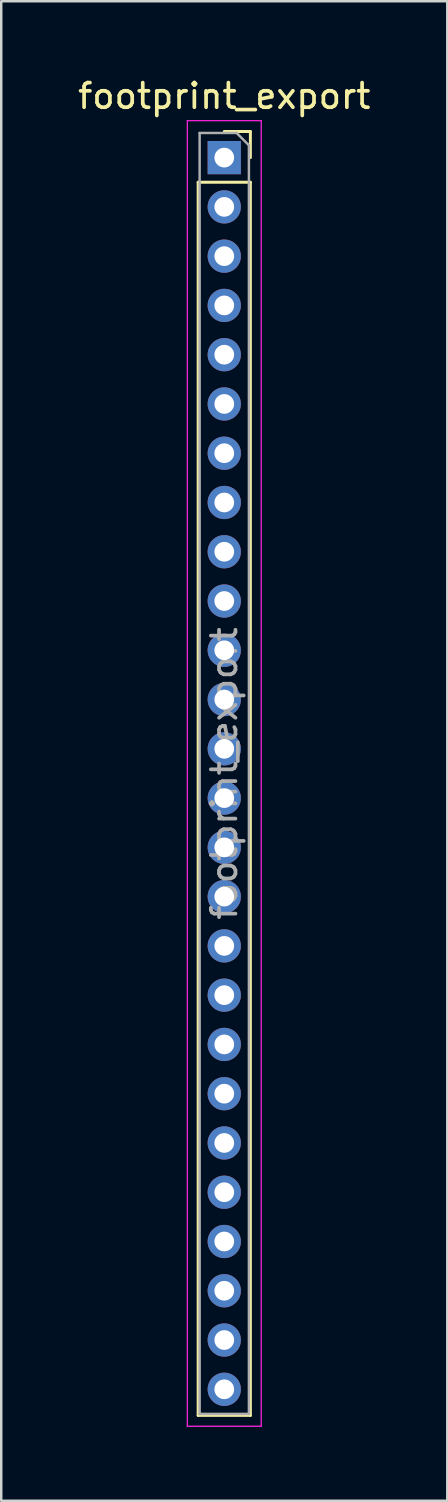
<source format=kicad_pcb>
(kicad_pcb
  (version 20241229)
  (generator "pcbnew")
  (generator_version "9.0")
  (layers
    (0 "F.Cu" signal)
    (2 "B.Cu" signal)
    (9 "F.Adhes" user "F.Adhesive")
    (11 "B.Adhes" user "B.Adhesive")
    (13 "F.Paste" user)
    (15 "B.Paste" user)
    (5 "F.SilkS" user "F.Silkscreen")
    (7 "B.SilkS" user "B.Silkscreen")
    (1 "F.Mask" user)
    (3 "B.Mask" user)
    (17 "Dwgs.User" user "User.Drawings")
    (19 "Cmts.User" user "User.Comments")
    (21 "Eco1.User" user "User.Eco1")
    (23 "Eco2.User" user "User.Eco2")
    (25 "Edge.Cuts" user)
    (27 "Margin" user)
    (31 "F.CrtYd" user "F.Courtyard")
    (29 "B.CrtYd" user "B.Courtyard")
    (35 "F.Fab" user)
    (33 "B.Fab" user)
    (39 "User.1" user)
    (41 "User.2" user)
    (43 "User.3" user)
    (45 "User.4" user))
  (footprint "footprint_export"
    (layer "F.Cu")
    (at 6.054 3.348)
    (property "Reference" "footprint_export" (at 0 -2.5 0) (layer "F.SilkS") (effects (font (size 1 1) (thickness 0.15))))
    (attr through_hole)
    (fp_line (start -1.06 1) (end -1.06 51.06) (stroke (width 0.12) (type solid)) (layer "F.SilkS"))
    (fp_line (start -1.06 1) (end 1.06 1) (stroke (width 0.12) (type solid)) (layer "F.SilkS"))
    (fp_line (start -1.06 51.06) (end 1.06 51.06) (stroke (width 0.12) (type solid)) (layer "F.SilkS"))
    (fp_line (start 0 -1.06) (end 1.06 -1.06) (stroke (width 0.12) (type solid)) (layer "F.SilkS"))
    (fp_line (start 1.06 -1.06) (end 1.06 0) (stroke (width 0.12) (type solid)) (layer "F.SilkS"))
    (fp_line (start 1.06 1) (end 1.06 51.06) (stroke (width 0.12) (type solid)) (layer "F.SilkS"))
    (fp_line (start -1.5 -1.5) (end 1.5 -1.5) (stroke (width 0.05) (type solid)) (layer "F.CrtYd"))
    (fp_line (start -1.5 51.5) (end -1.5 -1.5) (stroke (width 0.05) (type solid)) (layer "F.CrtYd"))
    (fp_line (start 1.5 -1.5) (end 1.5 51.5) (stroke (width 0.05) (type solid)) (layer "F.CrtYd"))
    (fp_line (start 1.5 51.5) (end -1.5 51.5) (stroke (width 0.05) (type solid)) (layer "F.CrtYd"))
    (fp_line (start -1 -1) (end 0.5 -1) (stroke (width 0.1) (type solid)) (layer "F.Fab"))
    (fp_line (start -1 51) (end -1 -1) (stroke (width 0.1) (type solid)) (layer "F.Fab"))
    (fp_line (start 0.5 -1) (end 1 -0.5) (stroke (width 0.1) (type solid)) (layer "F.Fab"))
    (fp_line (start 1 -0.5) (end 1 51) (stroke (width 0.1) (type solid)) (layer "F.Fab"))
    (fp_line (start 1 51) (end -1 51) (stroke (width 0.1) (type solid)) (layer "F.Fab"))
    (fp_text user "${REFERENCE}" (at 0 25 90) (layer "F.Fab") (effects (font (size 1 1) (thickness 0.15))))
    (pad "1" thru_hole rect (at 0 0) (size 1.35 1.35) (drill 0.8) (layers "*.Cu" "*.Mask"))
    (pad "2" thru_hole oval (at 0 2) (size 1.35 1.35) (drill 0.8) (layers "*.Cu" "*.Mask"))
    (pad "3" thru_hole oval (at 0 4) (size 1.35 1.35) (drill 0.8) (layers "*.Cu" "*.Mask"))
    (pad "4" thru_hole oval (at 0 6) (size 1.35 1.35) (drill 0.8) (layers "*.Cu" "*.Mask"))
    (pad "5" thru_hole oval (at 0 8) (size 1.35 1.35) (drill 0.8) (layers "*.Cu" "*.Mask"))
    (pad "6" thru_hole oval (at 0 10) (size 1.35 1.35) (drill 0.8) (layers "*.Cu" "*.Mask"))
    (pad "7" thru_hole oval (at 0 12) (size 1.35 1.35) (drill 0.8) (layers "*.Cu" "*.Mask"))
    (pad "8" thru_hole oval (at 0 14) (size 1.35 1.35) (drill 0.8) (layers "*.Cu" "*.Mask"))
    (pad "9" thru_hole oval (at 0 16) (size 1.35 1.35) (drill 0.8) (layers "*.Cu" "*.Mask"))
    (pad "10" thru_hole oval (at 0 18) (size 1.35 1.35) (drill 0.8) (layers "*.Cu" "*.Mask"))
    (pad "11" thru_hole oval (at 0 20) (size 1.35 1.35) (drill 0.8) (layers "*.Cu" "*.Mask"))
    (pad "12" thru_hole oval (at 0 22) (size 1.35 1.35) (drill 0.8) (layers "*.Cu" "*.Mask"))
    (pad "13" thru_hole oval (at 0 24) (size 1.35 1.35) (drill 0.8) (layers "*.Cu" "*.Mask"))
    (pad "14" thru_hole oval (at 0 26) (size 1.35 1.35) (drill 0.8) (layers "*.Cu" "*.Mask"))
    (pad "15" thru_hole oval (at 0 28) (size 1.35 1.35) (drill 0.8) (layers "*.Cu" "*.Mask"))
    (pad "16" thru_hole oval (at 0 30) (size 1.35 1.35) (drill 0.8) (layers "*.Cu" "*.Mask"))
    (pad "17" thru_hole oval (at 0 32) (size 1.35 1.35) (drill 0.8) (layers "*.Cu" "*.Mask"))
    (pad "18" thru_hole oval (at 0 34) (size 1.35 1.35) (drill 0.8) (layers "*.Cu" "*.Mask"))
    (pad "19" thru_hole oval (at 0 36) (size 1.35 1.35) (drill 0.8) (layers "*.Cu" "*.Mask"))
    (pad "20" thru_hole oval (at 0 38) (size 1.35 1.35) (drill 0.8) (layers "*.Cu" "*.Mask"))
    (pad "21" thru_hole oval (at 0 40) (size 1.35 1.35) (drill 0.8) (layers "*.Cu" "*.Mask"))
    (pad "22" thru_hole oval (at 0 42) (size 1.35 1.35) (drill 0.8) (layers "*.Cu" "*.Mask"))
    (pad "23" thru_hole oval (at 0 44) (size 1.35 1.35) (drill 0.8) (layers "*.Cu" "*.Mask"))
    (pad "24" thru_hole oval (at 0 46) (size 1.35 1.35) (drill 0.8) (layers "*.Cu" "*.Mask"))
    (pad "25" thru_hole oval (at 0 48) (size 1.35 1.35) (drill 0.8) (layers "*.Cu" "*.Mask"))
    (pad "26" thru_hole oval (at 0 50) (size 1.35 1.35) (drill 0.8) (layers "*.Cu" "*.Mask")))
  (gr_rect
    (start -3 -3)
    (end 15.107 57.873)
    (stroke (width 0.1) (type default))
    (fill no)
    (layer "Edge.Cuts")))
</source>
